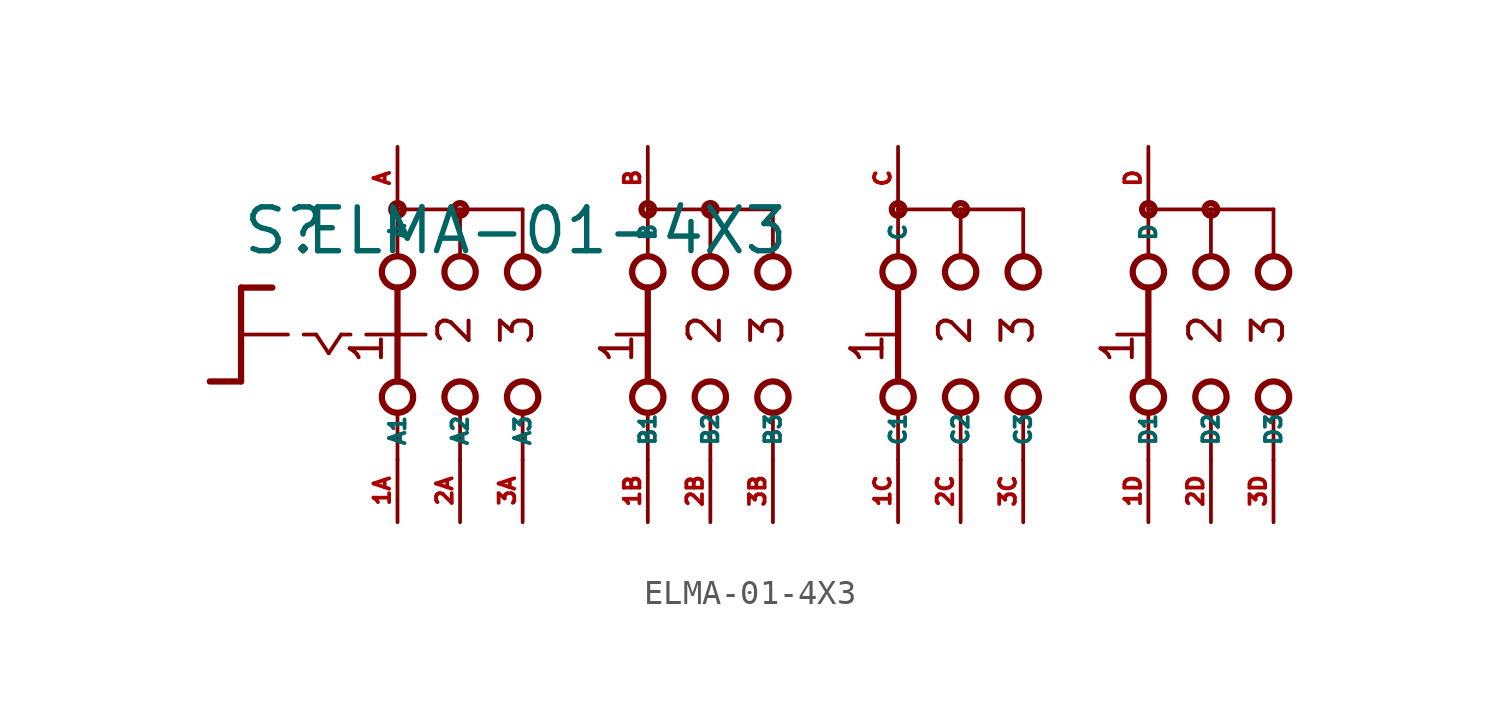
<source format=kicad_sym>
(kicad_symbol_lib
  (version 20220914)
  (generator Eagle2Kicad)
  (symbol "ELMA-01-4X3"
    (property "Reference" "S"
      (at -19.05 3.175 0)
      (effects (font (size 1.778 1.778) (thickness 0.22)) (justify left bottom)))
    (property "Value" "ELMA-01-4X3"
      (at -16.51 3.175 0)
      (effects (font (size 1.778 1.778) (thickness 0.22)) (justify left bottom)))
    (polyline
      (pts (xy -19.05 1.905) (xy -17.78 1.905))
      (stroke (width 0.254) (type default))
      (fill (type none)))
    (polyline
      (pts (xy -19.05 1.905) (xy -19.05 0))
      (stroke (width 0.254) (type default))
      (fill (type none)))
    (polyline
      (pts (xy -19.05 -1.905) (xy -20.32 -1.905))
      (stroke (width 0.254) (type default))
      (fill (type none)))
    (polyline
      (pts (xy -19.05 0) (xy -17.145 0))
      (stroke (width 0.152) (type default))
      (fill (type none)))
    (polyline
      (pts (xy -19.05 0) (xy -19.05 -1.905))
      (stroke (width 0.254) (type default))
      (fill (type none)))
    (polyline
      (pts (xy -16.51 0) (xy -16.002 0))
      (stroke (width 0.152) (type default))
      (fill (type none)))
    (polyline
      (pts (xy -14.986 0) (xy -14.605 0))
      (stroke (width 0.152) (type default))
      (fill (type none)))
    (polyline
      (pts (xy -16.002 0) (xy -15.494 -0.762))
      (stroke (width 0.152) (type default))
      (fill (type none)))
    (polyline
      (pts (xy -15.494 -0.762) (xy -14.986 0))
      (stroke (width 0.152) (type default))
      (fill (type none)))
    (polyline
      (pts (xy 7.62 3.175) (xy 7.62 5.08))
      (stroke (width 0.152) (type default))
      (fill (type none)))
    (polyline
      (pts (xy 7.62 -5.08) (xy 7.62 -3.175))
      (stroke (width 0.152) (type default))
      (fill (type none)))
    (polyline
      (pts (xy 10.16 3.175) (xy 10.16 5.08))
      (stroke (width 0.152) (type default))
      (fill (type none)))
    (polyline
      (pts (xy 12.7 3.175) (xy 12.7 5.08))
      (stroke (width 0.152) (type default))
      (fill (type none)))
    (polyline
      (pts (xy 17.78 3.175) (xy 17.78 5.08))
      (stroke (width 0.152) (type default))
      (fill (type none)))
    (polyline
      (pts (xy 20.32 3.175) (xy 20.32 5.08))
      (stroke (width 0.152) (type default))
      (fill (type none)))
    (polyline
      (pts (xy 22.86 3.175) (xy 22.86 5.08))
      (stroke (width 0.152) (type default))
      (fill (type none)))
    (polyline
      (pts (xy 7.62 5.08) (xy 10.16 5.08))
      (stroke (width 0.152) (type default))
      (fill (type none)))
    (polyline
      (pts (xy 10.16 5.08) (xy 12.7 5.08))
      (stroke (width 0.152) (type default))
      (fill (type none)))
    (polyline
      (pts (xy 17.78 5.08) (xy 20.32 5.08))
      (stroke (width 0.152) (type default))
      (fill (type none)))
    (polyline
      (pts (xy 20.32 5.08) (xy 22.86 5.08))
      (stroke (width 0.152) (type default))
      (fill (type none)))
    (polyline
      (pts (xy 10.16 -5.08) (xy 10.16 -3.175))
      (stroke (width 0.152) (type default))
      (fill (type none)))
    (polyline
      (pts (xy 12.7 -5.08) (xy 12.7 -3.175))
      (stroke (width 0.152) (type default))
      (fill (type none)))
    (polyline
      (pts (xy 17.78 -5.08) (xy 17.78 -3.175))
      (stroke (width 0.152) (type default))
      (fill (type none)))
    (polyline
      (pts (xy 20.32 -5.08) (xy 20.32 -3.175))
      (stroke (width 0.152) (type default))
      (fill (type none)))
    (polyline
      (pts (xy 22.86 -5.08) (xy 22.86 -3.175))
      (stroke (width 0.152) (type default))
      (fill (type none)))
    (polyline
      (pts (xy 7.62 1.905) (xy 7.62 -1.905))
      (stroke (width 0.254) (type default))
      (fill (type none)))
    (polyline
      (pts (xy 6.35 0) (xy 7.493 0))
      (stroke (width 0.152) (type default))
      (fill (type none)))
    (polyline
      (pts (xy 17.78 1.905) (xy 17.78 -1.905))
      (stroke (width 0.254) (type default))
      (fill (type none)))
    (polyline
      (pts (xy 16.51 0) (xy 17.653 0))
      (stroke (width 0.152) (type default))
      (fill (type none)))
    (polyline
      (pts (xy -13.97 0) (xy -12.827 0))
      (stroke (width 0.152) (type default))
      (fill (type none)))
    (polyline
      (pts (xy -10.16 3.175) (xy -10.16 5.08))
      (stroke (width 0.152) (type default))
      (fill (type none)))
    (polyline
      (pts (xy -7.62 3.175) (xy -7.62 5.08))
      (stroke (width 0.152) (type default))
      (fill (type none)))
    (polyline
      (pts (xy -10.16 -5.08) (xy -10.16 -3.175))
      (stroke (width 0.152) (type default))
      (fill (type none)))
    (polyline
      (pts (xy -7.62 -5.08) (xy -7.62 -3.175))
      (stroke (width 0.152) (type default))
      (fill (type none)))
    (polyline
      (pts (xy -7.62 5.08) (xy -10.16 5.08))
      (stroke (width 0.152) (type default))
      (fill (type none)))
    (polyline
      (pts (xy -2.54 -5.08) (xy -2.54 -3.175))
      (stroke (width 0.152) (type default))
      (fill (type none)))
    (polyline
      (pts (xy 0 -5.08) (xy 0 -3.175))
      (stroke (width 0.152) (type default))
      (fill (type none)))
    (polyline
      (pts (xy -2.54 3.175) (xy -2.54 5.08))
      (stroke (width 0.152) (type default))
      (fill (type none)))
    (polyline
      (pts (xy 0 3.175) (xy 0 5.08))
      (stroke (width 0.152) (type default))
      (fill (type none)))
    (polyline
      (pts (xy -2.54 5.08) (xy 0 5.08))
      (stroke (width 0.152) (type default))
      (fill (type none)))
    (polyline
      (pts (xy -12.7 5.08) (xy -12.7 3.175))
      (stroke (width 0.152) (type default))
      (fill (type none)))
    (polyline
      (pts (xy -12.7 1.905) (xy -12.7 0))
      (stroke (width 0.254) (type default))
      (fill (type none)))
    (polyline
      (pts (xy -12.7 -3.175) (xy -12.7 -5.08))
      (stroke (width 0.152) (type default))
      (fill (type none)))
    (polyline
      (pts (xy -10.16 5.08) (xy -12.7 5.08))
      (stroke (width 0.152) (type default))
      (fill (type none)))
    (polyline
      (pts (xy 2.54 3.175) (xy 2.54 5.08))
      (stroke (width 0.152) (type default))
      (fill (type none)))
    (polyline
      (pts (xy 2.54 -5.08) (xy 2.54 -3.175))
      (stroke (width 0.152) (type default))
      (fill (type none)))
    (polyline
      (pts (xy -12.7 0) (xy -11.557 0))
      (stroke (width 0.152) (type default))
      (fill (type none)))
    (polyline
      (pts (xy -12.7 0) (xy -12.7 -1.905))
      (stroke (width 0.254) (type default))
      (fill (type none)))
    (polyline
      (pts (xy -3.81 0) (xy -2.667 0))
      (stroke (width 0.152) (type default))
      (fill (type none)))
    (polyline
      (pts (xy -2.54 1.905) (xy -2.54 -1.905))
      (stroke (width 0.254) (type default))
      (fill (type none)))
    (polyline
      (pts (xy 0 5.08) (xy 2.54 5.08))
      (stroke (width 0.152) (type default))
      (fill (type none)))
    (text "1"
      (at 17.272 -1.27 900)
      (effects (font (size 1.27 1.27) (thickness 0.16)) (justify left bottom)))
    (text "2"
      (at 20.828 -0.508 900)
      (effects (font (size 1.27 1.27) (thickness 0.16)) (justify left bottom)))
    (text "3"
      (at 23.368 -0.508 900)
      (effects (font (size 1.27 1.27) (thickness 0.16)) (justify left bottom)))
    (text "1"
      (at -13.208 -1.27 900)
      (effects (font (size 1.27 1.27) (thickness 0.16)) (justify left bottom)))
    (text "2"
      (at -9.652 -0.508 900)
      (effects (font (size 1.27 1.27) (thickness 0.16)) (justify left bottom)))
    (text "3"
      (at -7.112 -0.508 900)
      (effects (font (size 1.27 1.27) (thickness 0.16)) (justify left bottom)))
    (text "1"
      (at -3.048 -1.27 900)
      (effects (font (size 1.27 1.27) (thickness 0.16)) (justify left bottom)))
    (text "2"
      (at 0.508 -0.508 900)
      (effects (font (size 1.27 1.27) (thickness 0.16)) (justify left bottom)))
    (text "3"
      (at 3.048 -0.508 900)
      (effects (font (size 1.27 1.27) (thickness 0.16)) (justify left bottom)))
    (text "1"
      (at 7.112 -1.27 900)
      (effects (font (size 1.27 1.27) (thickness 0.16)) (justify left bottom)))
    (text "2"
      (at 10.668 -0.508 900)
      (effects (font (size 1.27 1.27) (thickness 0.16)) (justify left bottom)))
    (text "3"
      (at 13.208 -0.508 900)
      (effects (font (size 1.27 1.27) (thickness 0.16)) (justify left bottom)))
    (circle
      (center 7.62 5.08)
      (radius 0.254)
      (stroke (width 0.254) (type default))
      (fill (type none)))
    (circle
      (center 7.62 2.54)
      (radius 0.635)
      (stroke (width 0.254) (type default))
      (fill (type none)))
    (circle
      (center 7.62 -2.54)
      (radius 0.635)
      (stroke (width 0.254) (type default))
      (fill (type none)))
    (circle
      (center 10.16 2.54)
      (radius 0.635)
      (stroke (width 0.254) (type default))
      (fill (type none)))
    (circle
      (center 12.7 2.54)
      (radius 0.635)
      (stroke (width 0.254) (type default))
      (fill (type none)))
    (circle
      (center 17.78 2.54)
      (radius 0.635)
      (stroke (width 0.254) (type default))
      (fill (type none)))
    (circle
      (center 20.32 2.54)
      (radius 0.635)
      (stroke (width 0.254) (type default))
      (fill (type none)))
    (circle
      (center 22.86 2.54)
      (radius 0.635)
      (stroke (width 0.254) (type default))
      (fill (type none)))
    (circle
      (center 10.16 5.08)
      (radius 0.254)
      (stroke (width 0.254) (type default))
      (fill (type none)))
    (circle
      (center 17.78 5.08)
      (radius 0.254)
      (stroke (width 0.254) (type default))
      (fill (type none)))
    (circle
      (center 20.32 5.08)
      (radius 0.254)
      (stroke (width 0.254) (type default))
      (fill (type none)))
    (circle
      (center 10.16 -2.54)
      (radius 0.635)
      (stroke (width 0.254) (type default))
      (fill (type none)))
    (circle
      (center 12.7 -2.54)
      (radius 0.635)
      (stroke (width 0.254) (type default))
      (fill (type none)))
    (circle
      (center 17.78 -2.54)
      (radius 0.635)
      (stroke (width 0.254) (type default))
      (fill (type none)))
    (circle
      (center 20.32 -2.54)
      (radius 0.635)
      (stroke (width 0.254) (type default))
      (fill (type none)))
    (circle
      (center 22.86 -2.54)
      (radius 0.635)
      (stroke (width 0.254) (type default))
      (fill (type none)))
    (circle
      (center -12.7 5.08)
      (radius 0.254)
      (stroke (width 0.254) (type default))
      (fill (type none)))
    (circle
      (center -10.16 5.08)
      (radius 0.254)
      (stroke (width 0.254) (type default))
      (fill (type none)))
    (circle
      (center -12.7 2.54)
      (radius 0.635)
      (stroke (width 0.254) (type default))
      (fill (type none)))
    (circle
      (center -10.16 2.54)
      (radius 0.635)
      (stroke (width 0.254) (type default))
      (fill (type none)))
    (circle
      (center -7.62 2.54)
      (radius 0.635)
      (stroke (width 0.254) (type default))
      (fill (type none)))
    (circle
      (center -12.7 -2.54)
      (radius 0.635)
      (stroke (width 0.254) (type default))
      (fill (type none)))
    (circle
      (center -10.16 -2.54)
      (radius 0.635)
      (stroke (width 0.254) (type default))
      (fill (type none)))
    (circle
      (center -7.62 -2.54)
      (radius 0.635)
      (stroke (width 0.254) (type default))
      (fill (type none)))
    (circle
      (center -2.54 5.08)
      (radius 0.254)
      (stroke (width 0.254) (type default))
      (fill (type none)))
    (circle
      (center -2.54 2.54)
      (radius 0.635)
      (stroke (width 0.254) (type default))
      (fill (type none)))
    (circle
      (center -2.54 -2.54)
      (radius 0.635)
      (stroke (width 0.254) (type default))
      (fill (type none)))
    (circle
      (center 0 2.54)
      (radius 0.635)
      (stroke (width 0.254) (type default))
      (fill (type none)))
    (circle
      (center 0 -2.54)
      (radius 0.635)
      (stroke (width 0.254) (type default))
      (fill (type none)))
    (circle
      (center 2.54 2.54)
      (radius 0.635)
      (stroke (width 0.254) (type default))
      (fill (type none)))
    (circle
      (center 2.54 -2.54)
      (radius 0.635)
      (stroke (width 0.254) (type default))
      (fill (type none)))
    (circle
      (center 0 5.08)
      (radius 0.254)
      (stroke (width 0.254) (type default))
      (fill (type none)))
    (pin passive line
      (at -12.7 -7.62 90)
      (length 2.54)
      (name "A1" (effects (font (size 0.635 0.635) (thickness 0.08)) (justify left bottom)))
      (number "1A" (effects (font (size 0.635 0.635) (thickness 0.08)) (justify left bottom))))
    (pin passive line
      (at -12.7 7.62 270)
      (length 2.54)
      (name "A" (effects (font (size 0.635 0.635) (thickness 0.08)) (justify left bottom)))
      (number "A" (effects (font (size 0.635 0.635) (thickness 0.08)) (justify left bottom))))
    (pin passive line
      (at -10.16 -7.62 90)
      (length 2.54)
      (name "A2" (effects (font (size 0.635 0.635) (thickness 0.08)) (justify left bottom)))
      (number "2A" (effects (font (size 0.635 0.635) (thickness 0.08)) (justify left bottom))))
    (pin passive line
      (at -7.62 -7.62 90)
      (length 2.54)
      (name "A3" (effects (font (size 0.635 0.635) (thickness 0.08)) (justify left bottom)))
      (number "3A" (effects (font (size 0.635 0.635) (thickness 0.08)) (justify left bottom))))
    (pin passive line
      (at -2.54 -7.62 90)
      (length 2.54)
      (name "B1" (effects (font (size 0.635 0.635) (thickness 0.08)) (justify left bottom)))
      (number "1B" (effects (font (size 0.635 0.635) (thickness 0.08)) (justify left bottom))))
    (pin passive line
      (at 0 -7.62 90)
      (length 2.54)
      (name "B2" (effects (font (size 0.635 0.635) (thickness 0.08)) (justify left bottom)))
      (number "2B" (effects (font (size 0.635 0.635) (thickness 0.08)) (justify left bottom))))
    (pin passive line
      (at 2.54 -7.62 90)
      (length 2.54)
      (name "B3" (effects (font (size 0.635 0.635) (thickness 0.08)) (justify left bottom)))
      (number "3B" (effects (font (size 0.635 0.635) (thickness 0.08)) (justify left bottom))))
    (pin passive line
      (at 7.62 -7.62 90)
      (length 2.54)
      (name "C1" (effects (font (size 0.635 0.635) (thickness 0.08)) (justify left bottom)))
      (number "1C" (effects (font (size 0.635 0.635) (thickness 0.08)) (justify left bottom))))
    (pin passive line
      (at 10.16 -7.62 90)
      (length 2.54)
      (name "C2" (effects (font (size 0.635 0.635) (thickness 0.08)) (justify left bottom)))
      (number "2C" (effects (font (size 0.635 0.635) (thickness 0.08)) (justify left bottom))))
    (pin passive line
      (at 12.7 -7.62 90)
      (length 2.54)
      (name "C3" (effects (font (size 0.635 0.635) (thickness 0.08)) (justify left bottom)))
      (number "3C" (effects (font (size 0.635 0.635) (thickness 0.08)) (justify left bottom))))
    (pin passive line
      (at 17.78 -7.62 90)
      (length 2.54)
      (name "D1" (effects (font (size 0.635 0.635) (thickness 0.08)) (justify left bottom)))
      (number "1D" (effects (font (size 0.635 0.635) (thickness 0.08)) (justify left bottom))))
    (pin passive line
      (at 20.32 -7.62 90)
      (length 2.54)
      (name "D2" (effects (font (size 0.635 0.635) (thickness 0.08)) (justify left bottom)))
      (number "2D" (effects (font (size 0.635 0.635) (thickness 0.08)) (justify left bottom))))
    (pin passive line
      (at 22.86 -7.62 90)
      (length 2.54)
      (name "D3" (effects (font (size 0.635 0.635) (thickness 0.08)) (justify left bottom)))
      (number "3D" (effects (font (size 0.635 0.635) (thickness 0.08)) (justify left bottom))))
    (pin passive line
      (at 7.62 7.62 270)
      (length 2.54)
      (name "C" (effects (font (size 0.635 0.635) (thickness 0.08)) (justify left bottom)))
      (number "C" (effects (font (size 0.635 0.635) (thickness 0.08)) (justify left bottom))))
    (pin passive line
      (at 17.78 7.62 270)
      (length 2.54)
      (name "D" (effects (font (size 0.635 0.635) (thickness 0.08)) (justify left bottom)))
      (number "D" (effects (font (size 0.635 0.635) (thickness 0.08)) (justify left bottom))))
    (pin passive line
      (at -2.54 7.62 270)
      (length 2.54)
      (name "B" (effects (font (size 0.635 0.635) (thickness 0.08)) (justify left bottom)))
      (number "B" (effects (font (size 0.635 0.635) (thickness 0.08)) (justify left bottom))))))
</source>
